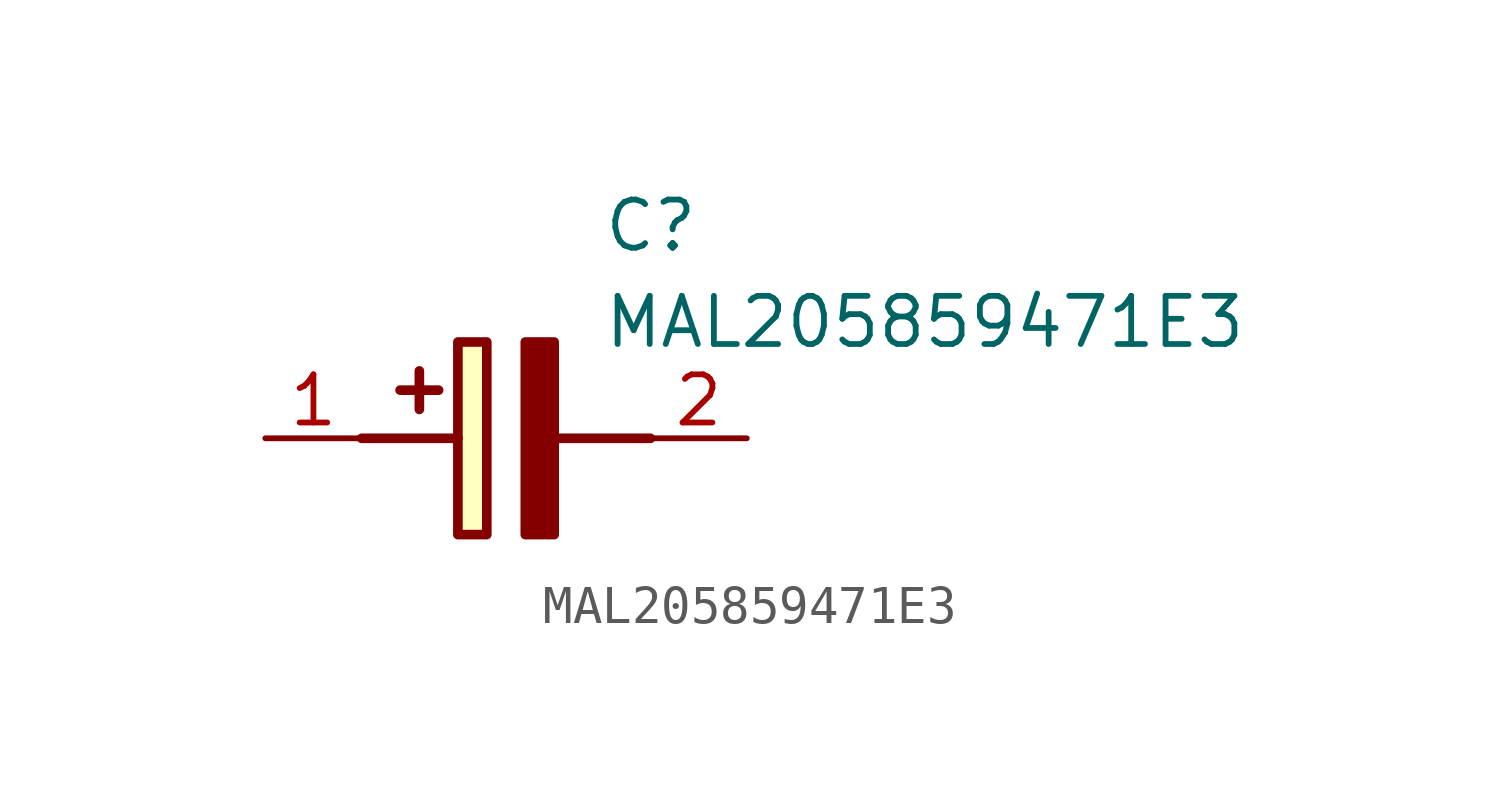
<source format=kicad_sym>
(kicad_symbol_lib
  (version 20220914)
  (generator SamacSys_ECAD_Model)
  (symbol "MAL205859471E3"
    (pin_names hide)
    (property "Reference" "C"
      (at 8.89 6.35 0)
      (effects (font (size 1.27 1.27)) (justify left top)))
    (property "Value" "MAL205859471E3"
      (at 8.89 3.81 0)
      (effects (font (size 1.27 1.27)) (justify left top)))
    (rectangle
      (start 5.08 2.54)
      (end 5.842 -2.54)
      (stroke (width 0.254) (type default))
      (fill (type background)))
    (polyline
      (pts (xy 4.572 1.27) (xy 3.556 1.27))
      (stroke (width 0.254) (type default))
      (fill (type none)))
    (polyline
      (pts (xy 4.064 1.778) (xy 4.064 0.762))
      (stroke (width 0.254) (type default))
      (fill (type none)))
    (polyline
      (pts (xy 2.54 0) (xy 5.08 0))
      (stroke (width 0.254) (type default))
      (fill (type none)))
    (polyline
      (pts (xy 7.62 0) (xy 10.16 0))
      (stroke (width 0.254) (type default))
      (fill (type none)))
    (polyline
      (pts (xy 7.62 2.54) (xy 7.62 -2.54) (xy 6.858 -2.54) (xy 6.858 2.54) (xy 7.62 2.54))
      (stroke (width 0.254) (type default))
      (fill (type outline)))
    (pin passive line
      (at 0 0 0)
      (length 2.54)
      (name "+" (effects (font (size 1.27 1.27))))
      (number "1" (effects (font (size 1.27 1.27)))))
    (pin passive line
      (at 12.7 0 180)
      (length 2.54)
      (name "-" (effects (font (size 1.27 1.27))))
      (number "2" (effects (font (size 1.27 1.27)))))))
</source>
